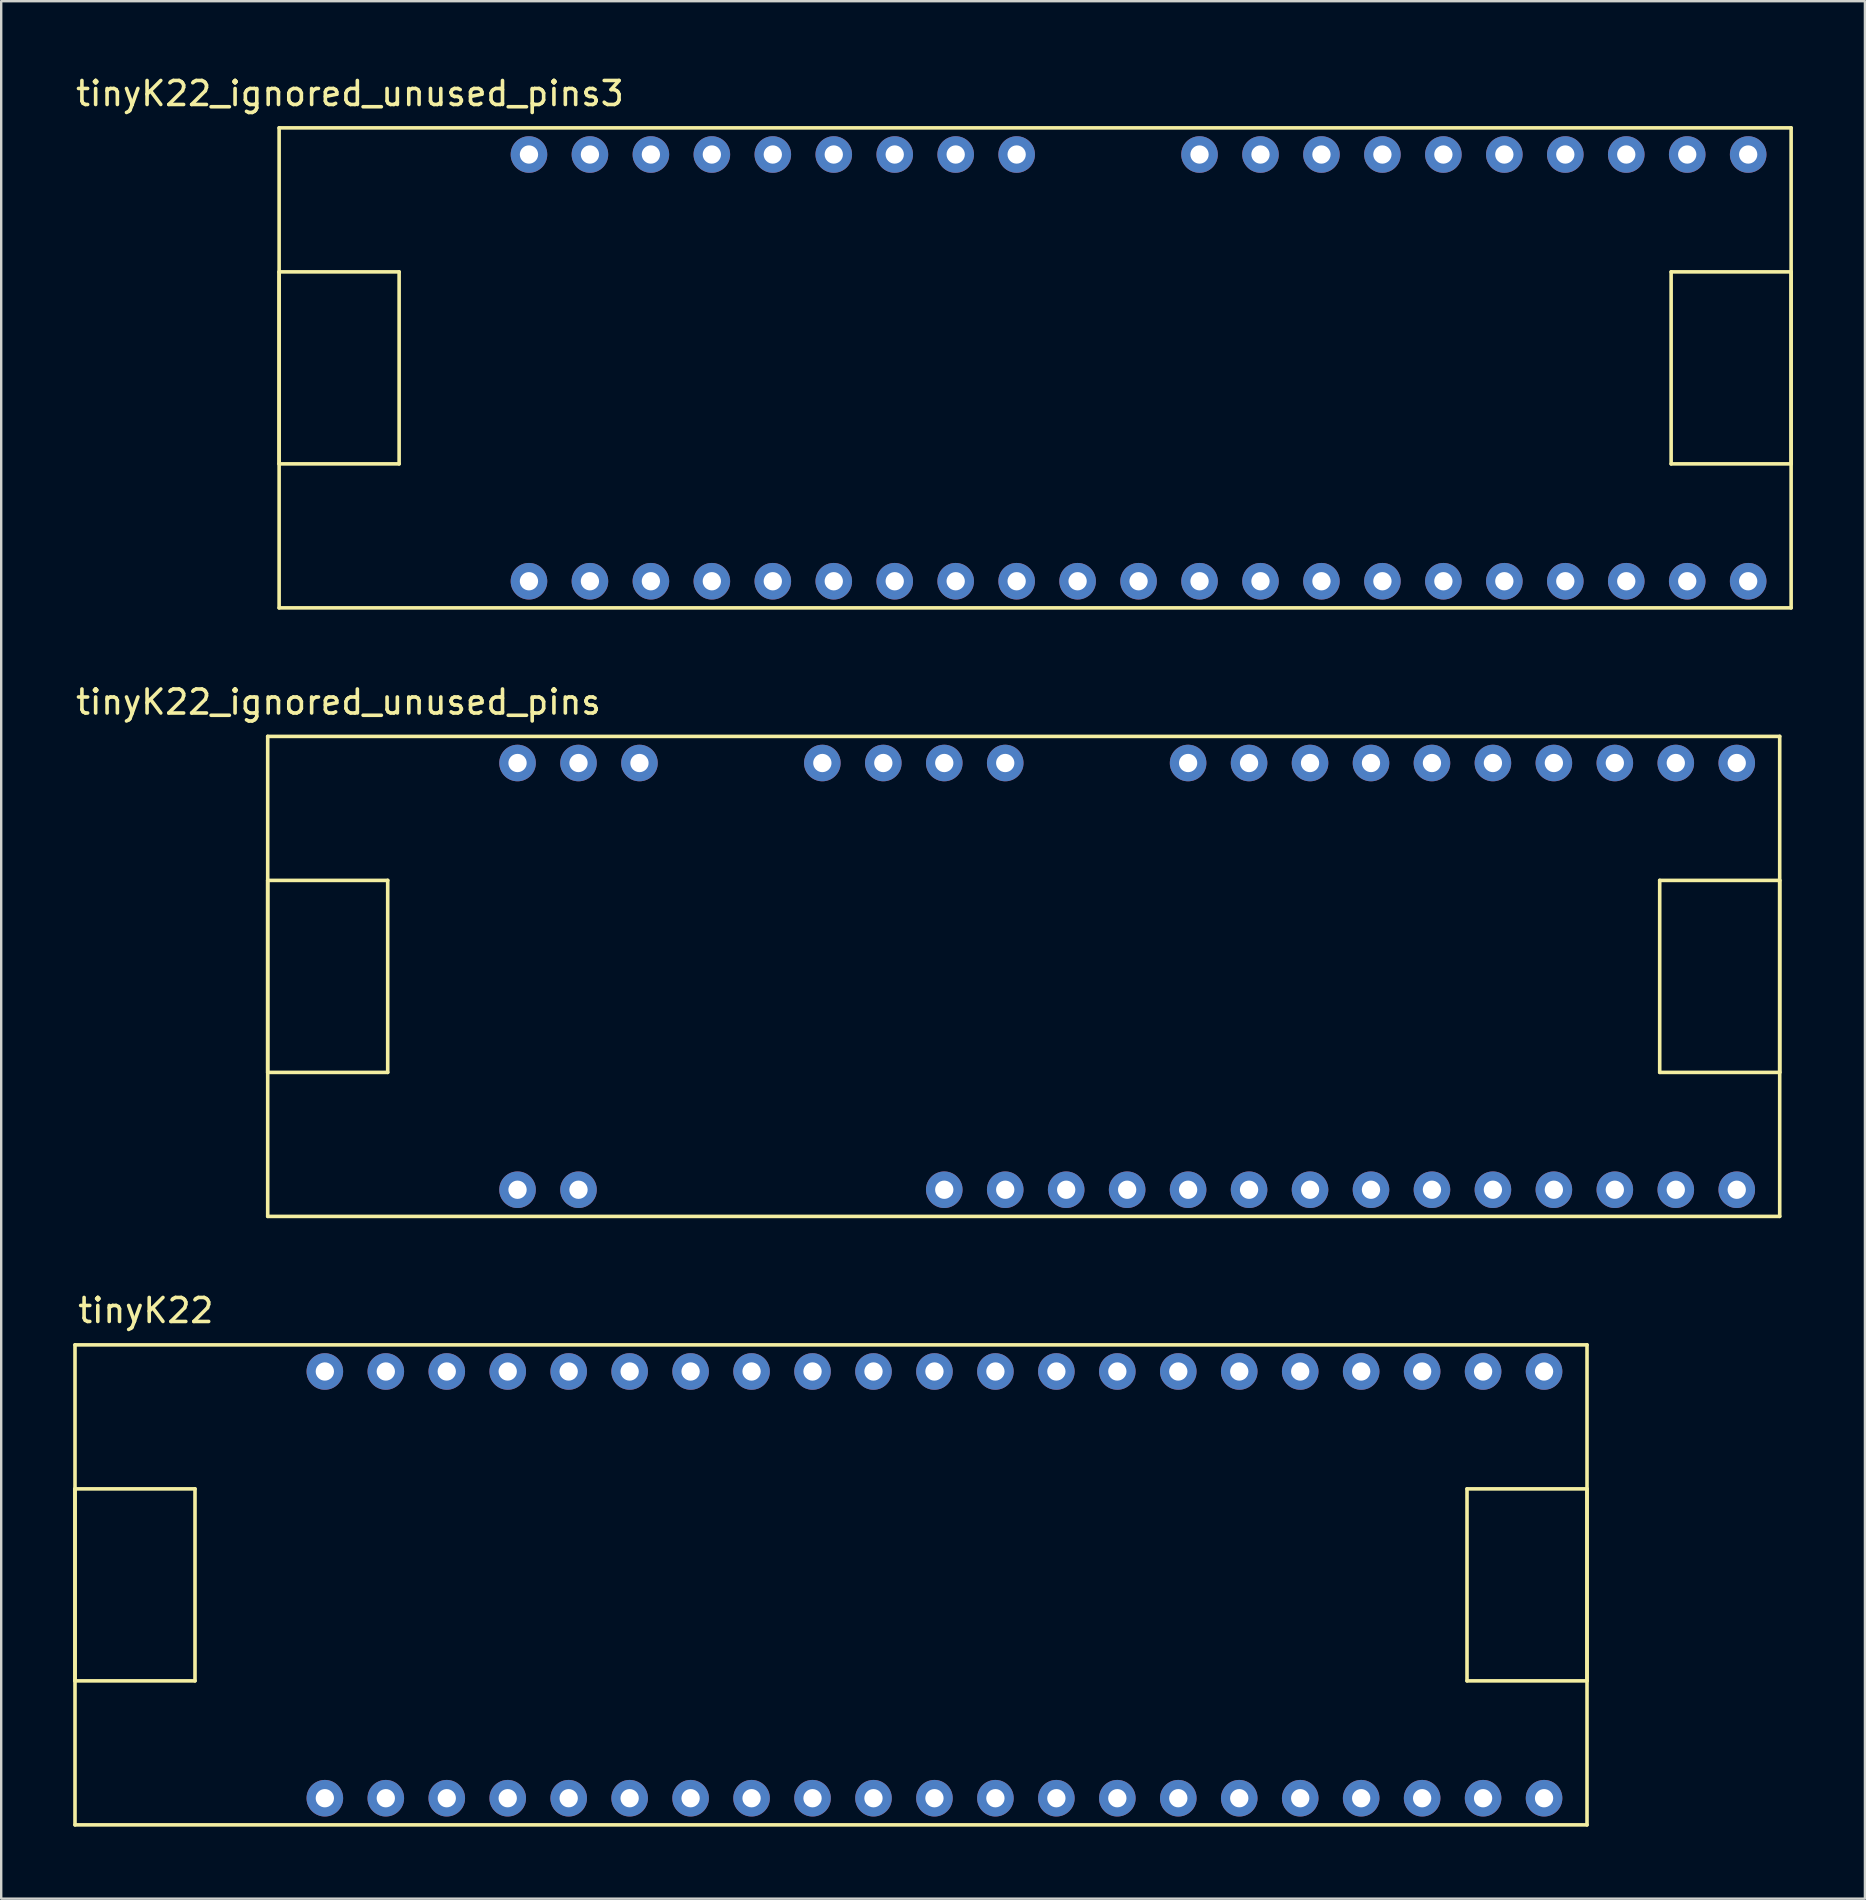
<source format=kicad_pcb>
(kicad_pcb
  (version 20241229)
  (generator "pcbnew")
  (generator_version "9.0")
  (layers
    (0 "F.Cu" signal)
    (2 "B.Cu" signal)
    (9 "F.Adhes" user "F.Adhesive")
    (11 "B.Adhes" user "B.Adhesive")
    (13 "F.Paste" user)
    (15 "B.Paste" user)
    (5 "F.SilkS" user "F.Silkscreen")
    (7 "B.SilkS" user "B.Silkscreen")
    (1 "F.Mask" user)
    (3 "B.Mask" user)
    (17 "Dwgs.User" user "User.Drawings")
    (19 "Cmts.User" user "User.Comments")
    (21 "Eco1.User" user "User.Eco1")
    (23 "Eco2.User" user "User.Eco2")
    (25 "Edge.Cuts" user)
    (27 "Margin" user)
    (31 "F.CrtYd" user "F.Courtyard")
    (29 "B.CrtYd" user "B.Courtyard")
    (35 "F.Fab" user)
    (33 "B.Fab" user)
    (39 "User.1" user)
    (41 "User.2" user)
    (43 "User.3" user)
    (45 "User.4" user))
  (footprint "tinyK22_ignored_unused_pins3"
    (layer "F.Cu")
    (at 40.58 12.278)
    (property "Reference" "tinyK22_ignored_unused_pins3" (at -29.05 -11.43 0) (layer "F.SilkS") (effects (font (size 1 1) (thickness 0.15))))
    (attr through_hole)
    (fp_line (start -32 -10) (end 31 -10) (stroke (width 0.15) (type solid)) (layer "F.SilkS"))
    (fp_line (start -32 -4) (end -27 -4) (stroke (width 0.15) (type solid)) (layer "F.SilkS"))
    (fp_line (start -32 4) (end -32 -4) (stroke (width 0.15) (type solid)) (layer "F.SilkS"))
    (fp_line (start -32 10) (end -32 -10) (stroke (width 0.15) (type solid)) (layer "F.SilkS"))
    (fp_line (start -27 -4) (end -27 4) (stroke (width 0.15) (type solid)) (layer "F.SilkS"))
    (fp_line (start -27 4) (end -32 4) (stroke (width 0.15) (type solid)) (layer "F.SilkS"))
    (fp_line (start 26 -4) (end 26 4) (stroke (width 0.15) (type solid)) (layer "F.SilkS"))
    (fp_line (start 26 4) (end 31 4) (stroke (width 0.15) (type solid)) (layer "F.SilkS"))
    (fp_line (start 31 -10) (end 31 10) (stroke (width 0.15) (type solid)) (layer "F.SilkS"))
    (fp_line (start 31 -4) (end 26 -4) (stroke (width 0.15) (type solid)) (layer "F.SilkS"))
    (fp_line (start 31 4) (end 31 -4) (stroke (width 0.15) (type solid)) (layer "F.SilkS"))
    (fp_line (start 31 10) (end -32 10) (stroke (width 0.15) (type solid)) (layer "F.SilkS"))
    (pad "1" thru_hole circle (at -21.59 8.89) (size 1.524 1.524) (drill 0.762) (layers "*.Cu" "*.Mask"))
    (pad "2" thru_hole circle (at -19.05 8.89) (size 1.524 1.524) (drill 0.762) (layers "*.Cu" "*.Mask"))
    (pad "3" thru_hole circle (at -16.51 8.89) (size 1.524 1.524) (drill 0.762) (layers "*.Cu" "*.Mask"))
    (pad "4" thru_hole circle (at -13.97 8.89) (size 1.524 1.524) (drill 0.762) (layers "*.Cu" "*.Mask"))
    (pad "5" thru_hole circle (at -11.43 8.89) (size 1.524 1.524) (drill 0.762) (layers "*.Cu" "*.Mask"))
    (pad "6" thru_hole circle (at -8.89 8.89) (size 1.524 1.524) (drill 0.762) (layers "*.Cu" "*.Mask"))
    (pad "7" thru_hole circle (at -6.35 8.89) (size 1.524 1.524) (drill 0.762) (layers "*.Cu" "*.Mask"))
    (pad "8" thru_hole circle (at -3.81 8.89) (size 1.524 1.524) (drill 0.762) (layers "*.Cu" "*.Mask"))
    (pad "9" thru_hole circle (at -1.27 8.89) (size 1.524 1.524) (drill 0.762) (layers "*.Cu" "*.Mask"))
    (pad "10" thru_hole circle (at 1.27 8.89) (size 1.524 1.524) (drill 0.762) (layers "*.Cu" "*.Mask"))
    (pad "11" thru_hole circle (at 3.81 8.89) (size 1.524 1.524) (drill 0.762) (layers "*.Cu" "*.Mask"))
    (pad "12" thru_hole circle (at 6.35 8.89) (size 1.524 1.524) (drill 0.762) (layers "*.Cu" "*.Mask"))
    (pad "13" thru_hole circle (at 8.89 8.89) (size 1.524 1.524) (drill 0.762) (layers "*.Cu" "*.Mask"))
    (pad "14" thru_hole circle (at 11.43 8.89) (size 1.524 1.524) (drill 0.762) (layers "*.Cu" "*.Mask"))
    (pad "15" thru_hole circle (at 13.97 8.89) (size 1.524 1.524) (drill 0.762) (layers "*.Cu" "*.Mask"))
    (pad "16" thru_hole circle (at 16.51 8.89) (size 1.524 1.524) (drill 0.762) (layers "*.Cu" "*.Mask"))
    (pad "17" thru_hole circle (at 19.05 8.89) (size 1.524 1.524) (drill 0.762) (layers "*.Cu" "*.Mask"))
    (pad "18" thru_hole circle (at 21.59 8.89) (size 1.524 1.524) (drill 0.762) (layers "*.Cu" "*.Mask"))
    (pad "19" thru_hole circle (at 24.13 8.89) (size 1.524 1.524) (drill 0.762) (layers "*.Cu" "*.Mask"))
    (pad "20" thru_hole circle (at 26.67 8.89) (size 1.524 1.524) (drill 0.762) (layers "*.Cu" "*.Mask"))
    (pad "21" thru_hole circle (at 29.21 8.89) (size 1.524 1.524) (drill 0.762) (layers "*.Cu" "*.Mask"))
    (pad "22" thru_hole circle (at 29.21 -8.89) (size 1.524 1.524) (drill 0.762) (layers "*.Cu" "*.Mask"))
    (pad "23" thru_hole circle (at 26.67 -8.89) (size 1.524 1.524) (drill 0.762) (layers "*.Cu" "*.Mask"))
    (pad "24" thru_hole circle (at 24.13 -8.89) (size 1.524 1.524) (drill 0.762) (layers "*.Cu" "*.Mask"))
    (pad "25" thru_hole circle (at 21.59 -8.89) (size 1.524 1.524) (drill 0.762) (layers "*.Cu" "*.Mask"))
    (pad "26" thru_hole circle (at 19.05 -8.89) (size 1.524 1.524) (drill 0.762) (layers "*.Cu" "*.Mask"))
    (pad "27" thru_hole circle (at 16.51 -8.89) (size 1.524 1.524) (drill 0.762) (layers "*.Cu" "*.Mask"))
    (pad "28" thru_hole circle (at 13.97 -8.89) (size 1.524 1.524) (drill 0.762) (layers "*.Cu" "*.Mask"))
    (pad "29" thru_hole circle (at 11.43 -8.89) (size 1.524 1.524) (drill 0.762) (layers "*.Cu" "*.Mask"))
    (pad "30" thru_hole circle (at 8.89 -8.89) (size 1.524 1.524) (drill 0.762) (layers "*.Cu" "*.Mask"))
    (pad "31" thru_hole circle (at 6.35 -8.89) (size 1.524 1.524) (drill 0.762) (layers "*.Cu" "*.Mask"))
    (pad "34" thru_hole circle (at -1.27 -8.89) (size 1.524 1.524) (drill 0.762) (layers "*.Cu" "*.Mask"))
    (pad "35" thru_hole circle (at -3.81 -8.89) (size 1.524 1.524) (drill 0.762) (layers "*.Cu" "*.Mask"))
    (pad "36" thru_hole circle (at -6.35 -8.89) (size 1.524 1.524) (drill 0.762) (layers "*.Cu" "*.Mask"))
    (pad "37" thru_hole circle (at -8.89 -8.89) (size 1.524 1.524) (drill 0.762) (layers "*.Cu" "*.Mask"))
    (pad "38" thru_hole circle (at -11.43 -8.89) (size 1.524 1.524) (drill 0.762) (layers "*.Cu" "*.Mask"))
    (pad "39" thru_hole circle (at -13.97 -8.89) (size 1.524 1.524) (drill 0.762) (layers "*.Cu" "*.Mask"))
    (pad "40" thru_hole circle (at -16.51 -8.89) (size 1.524 1.524) (drill 0.762) (layers "*.Cu" "*.Mask"))
    (pad "41" thru_hole circle (at -19.05 -8.89) (size 1.524 1.524) (drill 0.762) (layers "*.Cu" "*.Mask"))
    (pad "42" thru_hole circle (at -21.59 -8.89) (size 1.524 1.524) (drill 0.762) (layers "*.Cu" "*.Mask")))
  (footprint "tinyK22"
    (layer "F.Cu")
    (at 32.075 62.985)
    (property "Reference" "tinyK22" (at -29.05 -11.43 0) (layer "F.SilkS") (effects (font (size 1 1) (thickness 0.15))))
    (attr through_hole)
    (fp_line (start -32 -10) (end 31 -10) (stroke (width 0.15) (type solid)) (layer "F.SilkS"))
    (fp_line (start -32 -4) (end -27 -4) (stroke (width 0.15) (type solid)) (layer "F.SilkS"))
    (fp_line (start -32 4) (end -32 -4) (stroke (width 0.15) (type solid)) (layer "F.SilkS"))
    (fp_line (start -32 10) (end -32 -10) (stroke (width 0.15) (type solid)) (layer "F.SilkS"))
    (fp_line (start -27 -4) (end -27 4) (stroke (width 0.15) (type solid)) (layer "F.SilkS"))
    (fp_line (start -27 4) (end -32 4) (stroke (width 0.15) (type solid)) (layer "F.SilkS"))
    (fp_line (start 26 -4) (end 26 4) (stroke (width 0.15) (type solid)) (layer "F.SilkS"))
    (fp_line (start 26 4) (end 31 4) (stroke (width 0.15) (type solid)) (layer "F.SilkS"))
    (fp_line (start 31 -10) (end 31 10) (stroke (width 0.15) (type solid)) (layer "F.SilkS"))
    (fp_line (start 31 -4) (end 26 -4) (stroke (width 0.15) (type solid)) (layer "F.SilkS"))
    (fp_line (start 31 4) (end 31 -4) (stroke (width 0.15) (type solid)) (layer "F.SilkS"))
    (fp_line (start 31 10) (end -32 10) (stroke (width 0.15) (type solid)) (layer "F.SilkS"))
    (pad "1" thru_hole circle (at -21.59 8.89) (size 1.524 1.524) (drill 0.762) (layers "*.Cu" "*.Mask"))
    (pad "2" thru_hole circle (at -19.05 8.89) (size 1.524 1.524) (drill 0.762) (layers "*.Cu" "*.Mask"))
    (pad "3" thru_hole circle (at -16.51 8.89) (size 1.524 1.524) (drill 0.762) (layers "*.Cu" "*.Mask"))
    (pad "4" thru_hole circle (at -13.97 8.89) (size 1.524 1.524) (drill 0.762) (layers "*.Cu" "*.Mask"))
    (pad "5" thru_hole circle (at -11.43 8.89) (size 1.524 1.524) (drill 0.762) (layers "*.Cu" "*.Mask"))
    (pad "6" thru_hole circle (at -8.89 8.89) (size 1.524 1.524) (drill 0.762) (layers "*.Cu" "*.Mask"))
    (pad "7" thru_hole circle (at -6.35 8.89) (size 1.524 1.524) (drill 0.762) (layers "*.Cu" "*.Mask"))
    (pad "8" thru_hole circle (at -3.81 8.89) (size 1.524 1.524) (drill 0.762) (layers "*.Cu" "*.Mask"))
    (pad "9" thru_hole circle (at -1.27 8.89) (size 1.524 1.524) (drill 0.762) (layers "*.Cu" "*.Mask"))
    (pad "10" thru_hole circle (at 1.27 8.89) (size 1.524 1.524) (drill 0.762) (layers "*.Cu" "*.Mask"))
    (pad "11" thru_hole circle (at 3.81 8.89) (size 1.524 1.524) (drill 0.762) (layers "*.Cu" "*.Mask"))
    (pad "12" thru_hole circle (at 6.35 8.89) (size 1.524 1.524) (drill 0.762) (layers "*.Cu" "*.Mask"))
    (pad "13" thru_hole circle (at 8.89 8.89) (size 1.524 1.524) (drill 0.762) (layers "*.Cu" "*.Mask"))
    (pad "14" thru_hole circle (at 11.43 8.89) (size 1.524 1.524) (drill 0.762) (layers "*.Cu" "*.Mask"))
    (pad "15" thru_hole circle (at 13.97 8.89) (size 1.524 1.524) (drill 0.762) (layers "*.Cu" "*.Mask"))
    (pad "16" thru_hole circle (at 16.51 8.89) (size 1.524 1.524) (drill 0.762) (layers "*.Cu" "*.Mask"))
    (pad "17" thru_hole circle (at 19.05 8.89) (size 1.524 1.524) (drill 0.762) (layers "*.Cu" "*.Mask"))
    (pad "18" thru_hole circle (at 21.59 8.89) (size 1.524 1.524) (drill 0.762) (layers "*.Cu" "*.Mask"))
    (pad "19" thru_hole circle (at 24.13 8.89) (size 1.524 1.524) (drill 0.762) (layers "*.Cu" "*.Mask"))
    (pad "20" thru_hole circle (at 26.67 8.89) (size 1.524 1.524) (drill 0.762) (layers "*.Cu" "*.Mask"))
    (pad "21" thru_hole circle (at 29.21 8.89) (size 1.524 1.524) (drill 0.762) (layers "*.Cu" "*.Mask"))
    (pad "22" thru_hole circle (at 29.21 -8.89) (size 1.524 1.524) (drill 0.762) (layers "*.Cu" "*.Mask"))
    (pad "23" thru_hole circle (at 26.67 -8.89) (size 1.524 1.524) (drill 0.762) (layers "*.Cu" "*.Mask"))
    (pad "24" thru_hole circle (at 24.13 -8.89) (size 1.524 1.524) (drill 0.762) (layers "*.Cu" "*.Mask"))
    (pad "25" thru_hole circle (at 21.59 -8.89) (size 1.524 1.524) (drill 0.762) (layers "*.Cu" "*.Mask"))
    (pad "26" thru_hole circle (at 19.05 -8.89) (size 1.524 1.524) (drill 0.762) (layers "*.Cu" "*.Mask"))
    (pad "27" thru_hole circle (at 16.51 -8.89) (size 1.524 1.524) (drill 0.762) (layers "*.Cu" "*.Mask"))
    (pad "28" thru_hole circle (at 13.97 -8.89) (size 1.524 1.524) (drill 0.762) (layers "*.Cu" "*.Mask"))
    (pad "29" thru_hole circle (at 11.43 -8.89) (size 1.524 1.524) (drill 0.762) (layers "*.Cu" "*.Mask"))
    (pad "30" thru_hole circle (at 8.89 -8.89) (size 1.524 1.524) (drill 0.762) (layers "*.Cu" "*.Mask"))
    (pad "31" thru_hole circle (at 6.35 -8.89) (size 1.524 1.524) (drill 0.762) (layers "*.Cu" "*.Mask"))
    (pad "32" thru_hole circle (at 3.81 -8.89) (size 1.524 1.524) (drill 0.762) (layers "*.Cu" "*.Mask"))
    (pad "33" thru_hole circle (at 1.27 -8.89) (size 1.524 1.524) (drill 0.762) (layers "*.Cu" "*.Mask"))
    (pad "34" thru_hole circle (at -1.27 -8.89) (size 1.524 1.524) (drill 0.762) (layers "*.Cu" "*.Mask"))
    (pad "35" thru_hole circle (at -3.81 -8.89) (size 1.524 1.524) (drill 0.762) (layers "*.Cu" "*.Mask"))
    (pad "36" thru_hole circle (at -6.35 -8.89) (size 1.524 1.524) (drill 0.762) (layers "*.Cu" "*.Mask"))
    (pad "37" thru_hole circle (at -8.89 -8.89) (size 1.524 1.524) (drill 0.762) (layers "*.Cu" "*.Mask"))
    (pad "38" thru_hole circle (at -11.43 -8.89) (size 1.524 1.524) (drill 0.762) (layers "*.Cu" "*.Mask"))
    (pad "39" thru_hole circle (at -13.97 -8.89) (size 1.524 1.524) (drill 0.762) (layers "*.Cu" "*.Mask"))
    (pad "40" thru_hole circle (at -16.51 -8.89) (size 1.524 1.524) (drill 0.762) (layers "*.Cu" "*.Mask"))
    (pad "41" thru_hole circle (at -19.05 -8.89) (size 1.524 1.524) (drill 0.762) (layers "*.Cu" "*.Mask"))
    (pad "42" thru_hole circle (at -21.59 -8.89) (size 1.524 1.524) (drill 0.762) (layers "*.Cu" "*.Mask")))
  (footprint "tinyK22_ignored_unused_pins"
    (layer "F.Cu")
    (at 40.104 37.632)
    (property "Reference" "tinyK22_ignored_unused_pins" (at -29.05 -11.43 0) (layer "F.SilkS") (effects (font (size 1 1) (thickness 0.15))))
    (attr through_hole)
    (fp_line (start -32 -10) (end 31 -10) (stroke (width 0.15) (type solid)) (layer "F.SilkS"))
    (fp_line (start -32 -4) (end -27 -4) (stroke (width 0.15) (type solid)) (layer "F.SilkS"))
    (fp_line (start -32 4) (end -32 -4) (stroke (width 0.15) (type solid)) (layer "F.SilkS"))
    (fp_line (start -32 10) (end -32 -10) (stroke (width 0.15) (type solid)) (layer "F.SilkS"))
    (fp_line (start -27 -4) (end -27 4) (stroke (width 0.15) (type solid)) (layer "F.SilkS"))
    (fp_line (start -27 4) (end -32 4) (stroke (width 0.15) (type solid)) (layer "F.SilkS"))
    (fp_line (start 26 -4) (end 26 4) (stroke (width 0.15) (type solid)) (layer "F.SilkS"))
    (fp_line (start 26 4) (end 31 4) (stroke (width 0.15) (type solid)) (layer "F.SilkS"))
    (fp_line (start 31 -10) (end 31 10) (stroke (width 0.15) (type solid)) (layer "F.SilkS"))
    (fp_line (start 31 -4) (end 26 -4) (stroke (width 0.15) (type solid)) (layer "F.SilkS"))
    (fp_line (start 31 4) (end 31 -4) (stroke (width 0.15) (type solid)) (layer "F.SilkS"))
    (fp_line (start 31 10) (end -32 10) (stroke (width 0.15) (type solid)) (layer "F.SilkS"))
    (pad "1" thru_hole circle (at -21.59 8.89) (size 1.524 1.524) (drill 0.762) (layers "*.Cu" "*.Mask"))
    (pad "2" thru_hole circle (at -19.05 8.89) (size 1.524 1.524) (drill 0.762) (layers "*.Cu" "*.Mask"))
    (pad "8" thru_hole circle (at -3.81 8.89) (size 1.524 1.524) (drill 0.762) (layers "*.Cu" "*.Mask"))
    (pad "9" thru_hole circle (at -1.27 8.89) (size 1.524 1.524) (drill 0.762) (layers "*.Cu" "*.Mask"))
    (pad "10" thru_hole circle (at 1.27 8.89) (size 1.524 1.524) (drill 0.762) (layers "*.Cu" "*.Mask"))
    (pad "11" thru_hole circle (at 3.81 8.89) (size 1.524 1.524) (drill 0.762) (layers "*.Cu" "*.Mask"))
    (pad "12" thru_hole circle (at 6.35 8.89) (size 1.524 1.524) (drill 0.762) (layers "*.Cu" "*.Mask"))
    (pad "13" thru_hole circle (at 8.89 8.89) (size 1.524 1.524) (drill 0.762) (layers "*.Cu" "*.Mask"))
    (pad "14" thru_hole circle (at 11.43 8.89) (size 1.524 1.524) (drill 0.762) (layers "*.Cu" "*.Mask"))
    (pad "15" thru_hole circle (at 13.97 8.89) (size 1.524 1.524) (drill 0.762) (layers "*.Cu" "*.Mask"))
    (pad "16" thru_hole circle (at 16.51 8.89) (size 1.524 1.524) (drill 0.762) (layers "*.Cu" "*.Mask"))
    (pad "17" thru_hole circle (at 19.05 8.89) (size 1.524 1.524) (drill 0.762) (layers "*.Cu" "*.Mask"))
    (pad "18" thru_hole circle (at 21.59 8.89) (size 1.524 1.524) (drill 0.762) (layers "*.Cu" "*.Mask"))
    (pad "19" thru_hole circle (at 24.13 8.89) (size 1.524 1.524) (drill 0.762) (layers "*.Cu" "*.Mask"))
    (pad "20" thru_hole circle (at 26.67 8.89) (size 1.524 1.524) (drill 0.762) (layers "*.Cu" "*.Mask"))
    (pad "21" thru_hole circle (at 29.21 8.89) (size 1.524 1.524) (drill 0.762) (layers "*.Cu" "*.Mask"))
    (pad "22" thru_hole circle (at 29.21 -8.89) (size 1.524 1.524) (drill 0.762) (layers "*.Cu" "*.Mask"))
    (pad "23" thru_hole circle (at 26.67 -8.89) (size 1.524 1.524) (drill 0.762) (layers "*.Cu" "*.Mask"))
    (pad "24" thru_hole circle (at 24.13 -8.89) (size 1.524 1.524) (drill 0.762) (layers "*.Cu" "*.Mask"))
    (pad "25" thru_hole circle (at 21.59 -8.89) (size 1.524 1.524) (drill 0.762) (layers "*.Cu" "*.Mask"))
    (pad "26" thru_hole circle (at 19.05 -8.89) (size 1.524 1.524) (drill 0.762) (layers "*.Cu" "*.Mask"))
    (pad "27" thru_hole circle (at 16.51 -8.89) (size 1.524 1.524) (drill 0.762) (layers "*.Cu" "*.Mask"))
    (pad "28" thru_hole circle (at 13.97 -8.89) (size 1.524 1.524) (drill 0.762) (layers "*.Cu" "*.Mask"))
    (pad "29" thru_hole circle (at 11.43 -8.89) (size 1.524 1.524) (drill 0.762) (layers "*.Cu" "*.Mask"))
    (pad "30" thru_hole circle (at 8.89 -8.89) (size 1.524 1.524) (drill 0.762) (layers "*.Cu" "*.Mask"))
    (pad "31" thru_hole circle (at 6.35 -8.89) (size 1.524 1.524) (drill 0.762) (layers "*.Cu" "*.Mask"))
    (pad "34" thru_hole circle (at -1.27 -8.89) (size 1.524 1.524) (drill 0.762) (layers "*.Cu" "*.Mask"))
    (pad "35" thru_hole circle (at -3.81 -8.89) (size 1.524 1.524) (drill 0.762) (layers "*.Cu" "*.Mask"))
    (pad "36" thru_hole circle (at -6.35 -8.89) (size 1.524 1.524) (drill 0.762) (layers "*.Cu" "*.Mask"))
    (pad "37" thru_hole circle (at -8.89 -8.89) (size 1.524 1.524) (drill 0.762) (layers "*.Cu" "*.Mask"))
    (pad "40" thru_hole circle (at -16.51 -8.89) (size 1.524 1.524) (drill 0.762) (layers "*.Cu" "*.Mask"))
    (pad "41" thru_hole circle (at -19.05 -8.89) (size 1.524 1.524) (drill 0.762) (layers "*.Cu" "*.Mask"))
    (pad "42" thru_hole circle (at -21.59 -8.89) (size 1.524 1.524) (drill 0.762) (layers "*.Cu" "*.Mask")))
  (gr_rect
    (start -3 -3)
    (end 74.655 76.06)
    (stroke (width 0.1) (type default))
    (fill no)
    (layer "Edge.Cuts")))
</source>
